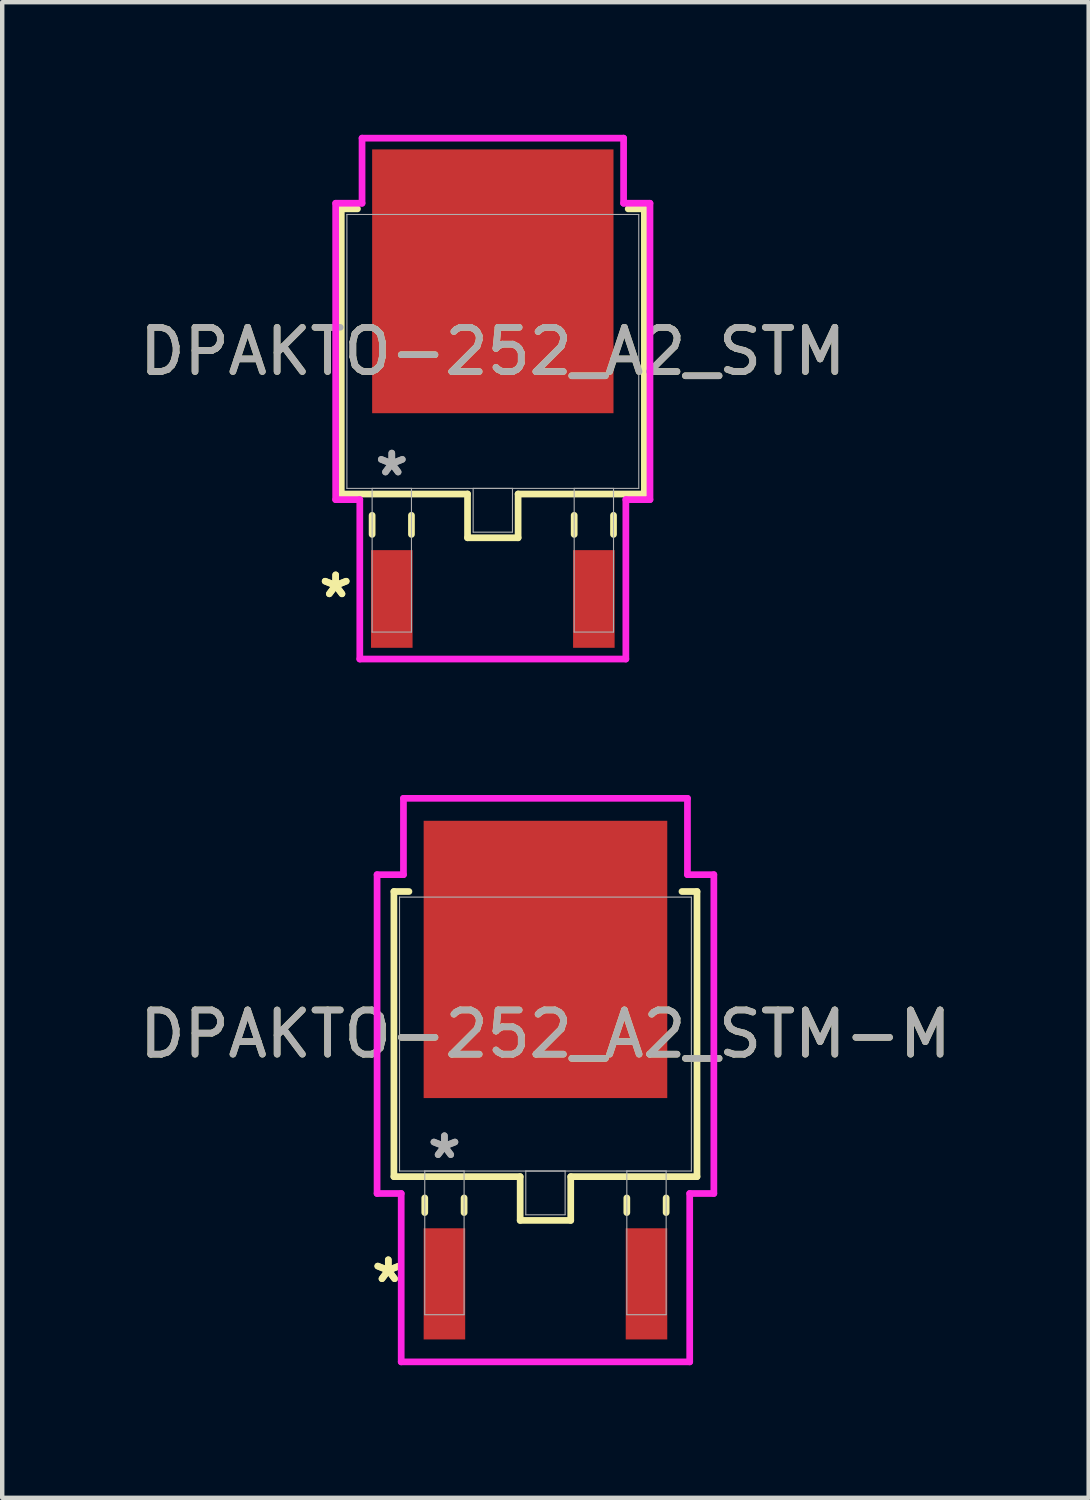
<source format=kicad_pcb>
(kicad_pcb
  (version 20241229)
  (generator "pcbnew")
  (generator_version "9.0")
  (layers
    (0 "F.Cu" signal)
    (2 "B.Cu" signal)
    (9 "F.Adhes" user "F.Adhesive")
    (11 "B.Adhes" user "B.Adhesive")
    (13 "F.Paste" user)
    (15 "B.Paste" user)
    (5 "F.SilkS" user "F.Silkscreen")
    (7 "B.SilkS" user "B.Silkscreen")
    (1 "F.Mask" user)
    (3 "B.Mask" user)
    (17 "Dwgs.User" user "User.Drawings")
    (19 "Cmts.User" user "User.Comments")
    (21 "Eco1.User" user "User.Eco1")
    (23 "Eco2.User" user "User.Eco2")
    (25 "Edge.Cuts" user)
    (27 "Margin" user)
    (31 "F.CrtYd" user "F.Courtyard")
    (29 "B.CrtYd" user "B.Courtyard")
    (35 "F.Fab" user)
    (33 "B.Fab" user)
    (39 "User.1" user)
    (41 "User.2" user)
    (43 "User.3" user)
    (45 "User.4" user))
  (footprint "DPAKTO-252_A2_STM"
    (layer "F.Cu")
    (at 8.101 4.902)
    (property "Reference" "DPAKTO-252_A2_STM" (at 0 0 0) (unlocked yes) (layer "F.SilkS") (effects (font (size 1 1) (thickness 0.15))))
    (attr smd)
    (fp_line (start -3.429 -3.226) (end -3.429 3.226) (stroke (width 0.152) (type solid)) (layer "F.SilkS"))
    (fp_line (start -3.429 3.226) (end -0.572 3.226) (stroke (width 0.152) (type solid)) (layer "F.SilkS"))
    (fp_line (start -3.063 -3.226) (end -3.429 -3.226) (stroke (width 0.152) (type solid)) (layer "F.SilkS"))
    (fp_line (start -2.731 3.708) (end -2.731 4.14) (stroke (width 0.152) (type solid)) (layer "F.SilkS"))
    (fp_line (start -1.841 3.708) (end -1.841 4.14) (stroke (width 0.152) (type solid)) (layer "F.SilkS"))
    (fp_line (start -0.572 3.226) (end -0.572 4.216) (stroke (width 0.152) (type solid)) (layer "F.SilkS"))
    (fp_line (start -0.572 4.216) (end 0.572 4.216) (stroke (width 0.152) (type solid)) (layer "F.SilkS"))
    (fp_line (start 0.572 3.226) (end 3.429 3.226) (stroke (width 0.152) (type solid)) (layer "F.SilkS"))
    (fp_line (start 0.572 4.216) (end 0.572 3.226) (stroke (width 0.152) (type solid)) (layer "F.SilkS"))
    (fp_line (start 1.841 3.708) (end 1.841 4.14) (stroke (width 0.152) (type solid)) (layer "F.SilkS"))
    (fp_line (start 2.731 3.708) (end 2.731 4.14) (stroke (width 0.152) (type solid)) (layer "F.SilkS"))
    (fp_line (start 3.429 -3.226) (end 3.063 -3.226) (stroke (width 0.152) (type solid)) (layer "F.SilkS"))
    (fp_line (start 3.429 3.226) (end 3.429 -3.226) (stroke (width 0.152) (type solid)) (layer "F.SilkS"))
    (fp_line (start -3.556 -3.353) (end -2.959 -3.353) (stroke (width 0.152) (type solid)) (layer "F.CrtYd"))
    (fp_line (start -3.556 3.353) (end -3.556 -3.353) (stroke (width 0.152) (type solid)) (layer "F.CrtYd"))
    (fp_line (start -3.01 3.353) (end -3.556 3.353) (stroke (width 0.152) (type solid)) (layer "F.CrtYd"))
    (fp_line (start -3.01 6.96) (end -3.01 3.353) (stroke (width 0.152) (type solid)) (layer "F.CrtYd"))
    (fp_line (start -2.959 -4.826) (end 2.959 -4.826) (stroke (width 0.152) (type solid)) (layer "F.CrtYd"))
    (fp_line (start -2.959 -3.353) (end -2.959 -4.826) (stroke (width 0.152) (type solid)) (layer "F.CrtYd"))
    (fp_line (start 2.959 -4.826) (end 2.959 -3.353) (stroke (width 0.152) (type solid)) (layer "F.CrtYd"))
    (fp_line (start 2.959 -3.353) (end 3.556 -3.353) (stroke (width 0.152) (type solid)) (layer "F.CrtYd"))
    (fp_line (start 3.01 3.353) (end 3.01 6.96) (stroke (width 0.152) (type solid)) (layer "F.CrtYd"))
    (fp_line (start 3.01 6.96) (end -3.01 6.96) (stroke (width 0.152) (type solid)) (layer "F.CrtYd"))
    (fp_line (start 3.556 -3.353) (end 3.556 3.353) (stroke (width 0.152) (type solid)) (layer "F.CrtYd"))
    (fp_line (start 3.556 3.353) (end 3.01 3.353) (stroke (width 0.152) (type solid)) (layer "F.CrtYd"))
    (fp_line (start -3.302 -3.099) (end -3.302 3.099) (stroke (width 0.025) (type solid)) (layer "F.Fab"))
    (fp_line (start -3.302 3.099) (end 3.302 3.099) (stroke (width 0.025) (type solid)) (layer "F.Fab"))
    (fp_line (start -2.731 3.099) (end -2.731 6.35) (stroke (width 0.025) (type solid)) (layer "F.Fab"))
    (fp_line (start -2.731 6.35) (end -1.841 6.35) (stroke (width 0.025) (type solid)) (layer "F.Fab"))
    (fp_line (start -1.841 3.099) (end -2.731 3.099) (stroke (width 0.025) (type solid)) (layer "F.Fab"))
    (fp_line (start -1.841 6.35) (end -1.841 3.099) (stroke (width 0.025) (type solid)) (layer "F.Fab"))
    (fp_line (start -0.445 3.099) (end -0.445 4.089) (stroke (width 0.025) (type solid)) (layer "F.Fab"))
    (fp_line (start -0.445 4.089) (end 0.445 4.089) (stroke (width 0.025) (type solid)) (layer "F.Fab"))
    (fp_line (start 0.445 3.099) (end -0.445 3.099) (stroke (width 0.025) (type solid)) (layer "F.Fab"))
    (fp_line (start 0.445 4.089) (end 0.445 3.099) (stroke (width 0.025) (type solid)) (layer "F.Fab"))
    (fp_line (start 1.841 3.099) (end 1.841 6.35) (stroke (width 0.025) (type solid)) (layer "F.Fab"))
    (fp_line (start 1.841 6.35) (end 2.731 6.35) (stroke (width 0.025) (type solid)) (layer "F.Fab"))
    (fp_line (start 2.731 3.099) (end 1.841 3.099) (stroke (width 0.025) (type solid)) (layer "F.Fab"))
    (fp_line (start 2.731 6.35) (end 2.731 3.099) (stroke (width 0.025) (type solid)) (layer "F.Fab"))
    (fp_line (start 3.302 -3.099) (end -3.302 -3.099) (stroke (width 0.025) (type solid)) (layer "F.Fab"))
    (fp_line (start 3.302 3.099) (end 3.302 -3.099) (stroke (width 0.025) (type solid)) (layer "F.Fab"))
    (fp_text user "*" (at -3.556 5.601 0) (layer "F.SilkS") (effects (font (size 1 1) (thickness 0.15))))
    (fp_text user "*" (at -3.556 5.601 0) (unlocked yes) (layer "F.SilkS") (effects (font (size 1 1) (thickness 0.15))))
    (fp_text user "*" (at -2.286 2.845 0) (unlocked yes) (layer "F.Fab") (effects (font (size 1 1) (thickness 0.15))))
    (fp_text user "*" (at -2.286 2.845 0) (layer "F.Fab") (effects (font (size 1 1) (thickness 0.15))))
    (fp_text user "${REFERENCE}" (at 0 0 0) (unlocked yes) (layer "F.Fab") (effects (font (size 1 1) (thickness 0.15))))
    (pad "1" smd rect (at -2.286 5.601) (size 0.94 2.21) (layers "F.Cu" "F.Mask" "F.Paste"))
    (pad "2" smd rect (at 0 -1.587) (size 5.461 5.969) (layers "F.Cu" "F.Mask" "F.Paste"))
    (pad "3" smd rect (at 2.286 5.601) (size 0.94 2.21) (layers "F.Cu" "F.Mask" "F.Paste")))
  (footprint "DPAKTO-252_A2_STM-M"
    (layer "F.Cu")
    (at 9.292 20.348)
    (property "Reference" "DPAKTO-252_A2_STM-M" (at 0 0 0) (unlocked yes) (layer "F.SilkS") (effects (font (size 1 1) (thickness 0.15))))
    (attr smd)
    (fp_line (start -3.429 -3.226) (end -3.429 3.226) (stroke (width 0.152) (type solid)) (layer "F.SilkS"))
    (fp_line (start -3.429 3.226) (end -0.572 3.226) (stroke (width 0.152) (type solid)) (layer "F.SilkS"))
    (fp_line (start -3.089 -3.226) (end -3.429 -3.226) (stroke (width 0.152) (type solid)) (layer "F.SilkS"))
    (fp_line (start -2.731 3.708) (end -2.731 4.039) (stroke (width 0.152) (type solid)) (layer "F.SilkS"))
    (fp_line (start -1.841 3.708) (end -1.841 4.039) (stroke (width 0.152) (type solid)) (layer "F.SilkS"))
    (fp_line (start -0.572 3.226) (end -0.572 4.216) (stroke (width 0.152) (type solid)) (layer "F.SilkS"))
    (fp_line (start -0.572 4.216) (end 0.572 4.216) (stroke (width 0.152) (type solid)) (layer "F.SilkS"))
    (fp_line (start 0.572 3.226) (end 3.429 3.226) (stroke (width 0.152) (type solid)) (layer "F.SilkS"))
    (fp_line (start 0.572 4.216) (end 0.572 3.226) (stroke (width 0.152) (type solid)) (layer "F.SilkS"))
    (fp_line (start 1.841 3.708) (end 1.841 4.039) (stroke (width 0.152) (type solid)) (layer "F.SilkS"))
    (fp_line (start 2.731 3.708) (end 2.731 4.039) (stroke (width 0.152) (type solid)) (layer "F.SilkS"))
    (fp_line (start 3.429 -3.226) (end 3.089 -3.226) (stroke (width 0.152) (type solid)) (layer "F.SilkS"))
    (fp_line (start 3.429 3.226) (end 3.429 -3.226) (stroke (width 0.152) (type solid)) (layer "F.SilkS"))
    (fp_line (start -3.81 -3.607) (end -3.213 -3.607) (stroke (width 0.152) (type solid)) (layer "F.CrtYd"))
    (fp_line (start -3.81 3.607) (end -3.81 -3.607) (stroke (width 0.152) (type solid)) (layer "F.CrtYd"))
    (fp_line (start -3.264 3.607) (end -3.81 3.607) (stroke (width 0.152) (type solid)) (layer "F.CrtYd"))
    (fp_line (start -3.264 7.417) (end -3.264 3.607) (stroke (width 0.152) (type solid)) (layer "F.CrtYd"))
    (fp_line (start -3.213 -5.334) (end 3.213 -5.334) (stroke (width 0.152) (type solid)) (layer "F.CrtYd"))
    (fp_line (start -3.213 -3.607) (end -3.213 -5.334) (stroke (width 0.152) (type solid)) (layer "F.CrtYd"))
    (fp_line (start 3.213 -5.334) (end 3.213 -3.607) (stroke (width 0.152) (type solid)) (layer "F.CrtYd"))
    (fp_line (start 3.213 -3.607) (end 3.81 -3.607) (stroke (width 0.152) (type solid)) (layer "F.CrtYd"))
    (fp_line (start 3.264 3.607) (end 3.264 7.417) (stroke (width 0.152) (type solid)) (layer "F.CrtYd"))
    (fp_line (start 3.264 7.417) (end -3.264 7.417) (stroke (width 0.152) (type solid)) (layer "F.CrtYd"))
    (fp_line (start 3.81 -3.607) (end 3.81 3.607) (stroke (width 0.152) (type solid)) (layer "F.CrtYd"))
    (fp_line (start 3.81 3.607) (end 3.264 3.607) (stroke (width 0.152) (type solid)) (layer "F.CrtYd"))
    (fp_line (start -3.302 -3.099) (end -3.302 3.099) (stroke (width 0.025) (type solid)) (layer "F.Fab"))
    (fp_line (start -3.302 3.099) (end 3.302 3.099) (stroke (width 0.025) (type solid)) (layer "F.Fab"))
    (fp_line (start -2.731 3.099) (end -2.731 6.35) (stroke (width 0.025) (type solid)) (layer "F.Fab"))
    (fp_line (start -2.731 6.35) (end -1.841 6.35) (stroke (width 0.025) (type solid)) (layer "F.Fab"))
    (fp_line (start -1.841 3.099) (end -2.731 3.099) (stroke (width 0.025) (type solid)) (layer "F.Fab"))
    (fp_line (start -1.841 6.35) (end -1.841 3.099) (stroke (width 0.025) (type solid)) (layer "F.Fab"))
    (fp_line (start -0.445 3.099) (end -0.445 4.089) (stroke (width 0.025) (type solid)) (layer "F.Fab"))
    (fp_line (start -0.445 4.089) (end 0.445 4.089) (stroke (width 0.025) (type solid)) (layer "F.Fab"))
    (fp_line (start 0.445 3.099) (end -0.445 3.099) (stroke (width 0.025) (type solid)) (layer "F.Fab"))
    (fp_line (start 0.445 4.089) (end 0.445 3.099) (stroke (width 0.025) (type solid)) (layer "F.Fab"))
    (fp_line (start 1.841 3.099) (end 1.841 6.35) (stroke (width 0.025) (type solid)) (layer "F.Fab"))
    (fp_line (start 1.841 6.35) (end 2.731 6.35) (stroke (width 0.025) (type solid)) (layer "F.Fab"))
    (fp_line (start 2.731 3.099) (end 1.841 3.099) (stroke (width 0.025) (type solid)) (layer "F.Fab"))
    (fp_line (start 2.731 6.35) (end 2.731 3.099) (stroke (width 0.025) (type solid)) (layer "F.Fab"))
    (fp_line (start 3.302 -3.099) (end -3.302 -3.099) (stroke (width 0.025) (type solid)) (layer "F.Fab"))
    (fp_line (start 3.302 3.099) (end 3.302 -3.099) (stroke (width 0.025) (type solid)) (layer "F.Fab"))
    (fp_text user "*" (at -3.556 5.652 0) (layer "F.SilkS") (effects (font (size 1 1) (thickness 0.15))))
    (fp_text user "*" (at -3.556 5.652 0) (unlocked yes) (layer "F.SilkS") (effects (font (size 1 1) (thickness 0.15))))
    (fp_text user "${REFERENCE}" (at 0 0 0) (unlocked yes) (layer "F.Fab") (effects (font (size 1 1) (thickness 0.15))))
    (fp_text user "*" (at -2.286 2.845 0) (unlocked yes) (layer "F.Fab") (effects (font (size 1 1) (thickness 0.15))))
    (fp_text user "*" (at -2.286 2.845 0) (layer "F.Fab") (effects (font (size 1 1) (thickness 0.15))))
    (pad "1" smd rect (at -2.286 5.652) (size 0.94 2.515) (layers "F.Cu" "F.Mask" "F.Paste"))
    (pad "2" smd rect (at 0 -1.689) (size 5.512 6.274) (layers "F.Cu" "F.Mask" "F.Paste"))
    (pad "3" smd rect (at 2.286 5.652) (size 0.94 2.515) (layers "F.Cu" "F.Mask" "F.Paste")))
  (gr_rect
    (start -3 -3)
    (end 21.583 30.841)
    (stroke (width 0.1) (type default))
    (fill no)
    (layer "Edge.Cuts")))
</source>
